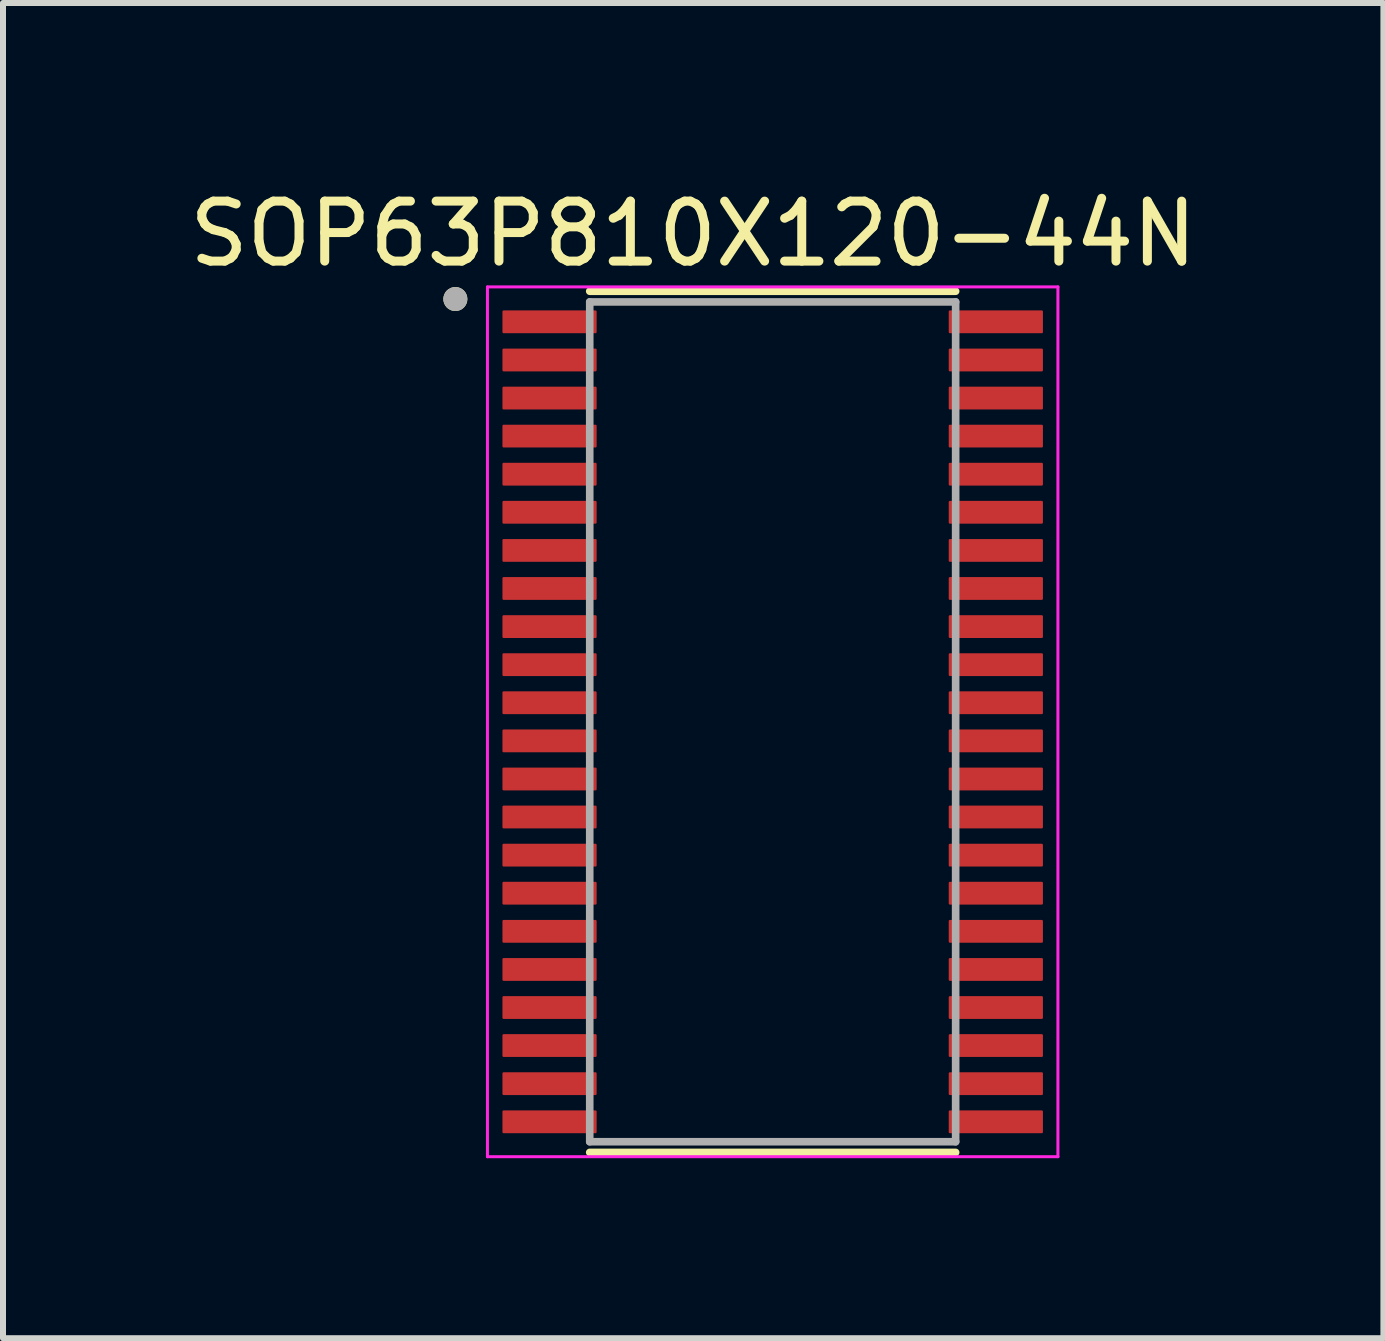
<source format=kicad_pcb>
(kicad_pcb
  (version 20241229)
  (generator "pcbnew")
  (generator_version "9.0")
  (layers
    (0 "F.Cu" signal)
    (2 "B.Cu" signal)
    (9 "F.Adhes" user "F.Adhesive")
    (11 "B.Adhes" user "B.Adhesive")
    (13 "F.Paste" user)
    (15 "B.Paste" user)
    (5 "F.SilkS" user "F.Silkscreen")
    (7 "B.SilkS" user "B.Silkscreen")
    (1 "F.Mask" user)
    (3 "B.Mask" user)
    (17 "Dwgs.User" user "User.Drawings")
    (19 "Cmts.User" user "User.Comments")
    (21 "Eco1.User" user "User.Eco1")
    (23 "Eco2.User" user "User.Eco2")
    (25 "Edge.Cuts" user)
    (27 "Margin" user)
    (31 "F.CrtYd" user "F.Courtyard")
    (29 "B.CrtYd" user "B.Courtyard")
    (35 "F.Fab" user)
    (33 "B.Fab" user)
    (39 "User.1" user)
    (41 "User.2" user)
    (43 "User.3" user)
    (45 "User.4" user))
  (footprint "SOP63P810X120-44N"
    (layer "F.Cu")
    (at 9.831 8.983)
    (property "Reference" "SOP63P810X120-44N" (at -1.325 -8.135 0) (layer "F.SilkS") (effects (font (size 1 1) (thickness 0.15))))
    (attr through_hole)
    (fp_line (start -3.05 -7.178) (end 3.05 -7.178) (stroke (width 0.127) (type solid)) (layer "F.SilkS"))
    (fp_line (start -3.05 7.178) (end 3.05 7.178) (stroke (width 0.127) (type solid)) (layer "F.SilkS"))
    (fp_circle (center -5.29 -7.048) (end -5.19 -7.048) (stroke (width 0.2) (type solid)) (fill no) (layer "F.SilkS"))
    (fp_line (start -4.755 -7.25) (end -4.755 7.25) (stroke (width 0.05) (type solid)) (layer "F.CrtYd"))
    (fp_line (start -4.755 -7.25) (end 4.755 -7.25) (stroke (width 0.05) (type solid)) (layer "F.CrtYd"))
    (fp_line (start -4.755 7.25) (end 4.755 7.25) (stroke (width 0.05) (type solid)) (layer "F.CrtYd"))
    (fp_line (start 4.755 -7.25) (end 4.755 7.25) (stroke (width 0.05) (type solid)) (layer "F.CrtYd"))
    (fp_line (start -3.05 -7) (end -3.05 7) (stroke (width 0.127) (type solid)) (layer "F.Fab"))
    (fp_line (start -3.05 -7) (end 3.05 -7) (stroke (width 0.127) (type solid)) (layer "F.Fab"))
    (fp_line (start -3.05 7) (end 3.05 7) (stroke (width 0.127) (type solid)) (layer "F.Fab"))
    (fp_line (start 3.05 -7) (end 3.05 7) (stroke (width 0.127) (type solid)) (layer "F.Fab"))
    (fp_circle (center -5.29 -7.048) (end -5.19 -7.048) (stroke (width 0.2) (type solid)) (fill no) (layer "F.Fab"))
    (pad "1" smd roundrect (at -3.72 -6.668) (size 1.57 0.38) (layers "F.Cu" "F.Mask" "F.Paste") (roundrect_rratio 0.05))
    (pad "2" smd roundrect (at -3.72 -6.032) (size 1.57 0.38) (layers "F.Cu" "F.Mask" "F.Paste") (roundrect_rratio 0.05))
    (pad "3" smd roundrect (at -3.72 -5.397) (size 1.57 0.38) (layers "F.Cu" "F.Mask" "F.Paste") (roundrect_rratio 0.05))
    (pad "4" smd roundrect (at -3.72 -4.763) (size 1.57 0.38) (layers "F.Cu" "F.Mask" "F.Paste") (roundrect_rratio 0.05))
    (pad "5" smd roundrect (at -3.72 -4.128) (size 1.57 0.38) (layers "F.Cu" "F.Mask" "F.Paste") (roundrect_rratio 0.05))
    (pad "6" smd roundrect (at -3.72 -3.493) (size 1.57 0.38) (layers "F.Cu" "F.Mask" "F.Paste") (roundrect_rratio 0.05))
    (pad "7" smd roundrect (at -3.72 -2.857) (size 1.57 0.38) (layers "F.Cu" "F.Mask" "F.Paste") (roundrect_rratio 0.05))
    (pad "8" smd roundrect (at -3.72 -2.223) (size 1.57 0.38) (layers "F.Cu" "F.Mask" "F.Paste") (roundrect_rratio 0.05))
    (pad "9" smd roundrect (at -3.72 -1.587) (size 1.57 0.38) (layers "F.Cu" "F.Mask" "F.Paste") (roundrect_rratio 0.05))
    (pad "10" smd roundrect (at -3.72 -0.953) (size 1.57 0.38) (layers "F.Cu" "F.Mask" "F.Paste") (roundrect_rratio 0.05))
    (pad "11" smd roundrect (at -3.72 -0.318) (size 1.57 0.38) (layers "F.Cu" "F.Mask" "F.Paste") (roundrect_rratio 0.05))
    (pad "12" smd roundrect (at -3.72 0.318) (size 1.57 0.38) (layers "F.Cu" "F.Mask" "F.Paste") (roundrect_rratio 0.05))
    (pad "13" smd roundrect (at -3.72 0.953) (size 1.57 0.38) (layers "F.Cu" "F.Mask" "F.Paste") (roundrect_rratio 0.05))
    (pad "14" smd roundrect (at -3.72 1.587) (size 1.57 0.38) (layers "F.Cu" "F.Mask" "F.Paste") (roundrect_rratio 0.05))
    (pad "15" smd roundrect (at -3.72 2.223) (size 1.57 0.38) (layers "F.Cu" "F.Mask" "F.Paste") (roundrect_rratio 0.05))
    (pad "16" smd roundrect (at -3.72 2.857) (size 1.57 0.38) (layers "F.Cu" "F.Mask" "F.Paste") (roundrect_rratio 0.05))
    (pad "17" smd roundrect (at -3.72 3.493) (size 1.57 0.38) (layers "F.Cu" "F.Mask" "F.Paste") (roundrect_rratio 0.05))
    (pad "18" smd roundrect (at -3.72 4.128) (size 1.57 0.38) (layers "F.Cu" "F.Mask" "F.Paste") (roundrect_rratio 0.05))
    (pad "19" smd roundrect (at -3.72 4.763) (size 1.57 0.38) (layers "F.Cu" "F.Mask" "F.Paste") (roundrect_rratio 0.05))
    (pad "20" smd roundrect (at -3.72 5.397) (size 1.57 0.38) (layers "F.Cu" "F.Mask" "F.Paste") (roundrect_rratio 0.05))
    (pad "21" smd roundrect (at -3.72 6.032) (size 1.57 0.38) (layers "F.Cu" "F.Mask" "F.Paste") (roundrect_rratio 0.05))
    (pad "22" smd roundrect (at -3.72 6.668) (size 1.57 0.38) (layers "F.Cu" "F.Mask" "F.Paste") (roundrect_rratio 0.05))
    (pad "23" smd roundrect (at 3.72 6.668) (size 1.57 0.38) (layers "F.Cu" "F.Mask" "F.Paste") (roundrect_rratio 0.05))
    (pad "24" smd roundrect (at 3.72 6.032) (size 1.57 0.38) (layers "F.Cu" "F.Mask" "F.Paste") (roundrect_rratio 0.05))
    (pad "25" smd roundrect (at 3.72 5.397) (size 1.57 0.38) (layers "F.Cu" "F.Mask" "F.Paste") (roundrect_rratio 0.05))
    (pad "26" smd roundrect (at 3.72 4.763) (size 1.57 0.38) (layers "F.Cu" "F.Mask" "F.Paste") (roundrect_rratio 0.05))
    (pad "27" smd roundrect (at 3.72 4.128) (size 1.57 0.38) (layers "F.Cu" "F.Mask" "F.Paste") (roundrect_rratio 0.05))
    (pad "28" smd roundrect (at 3.72 3.493) (size 1.57 0.38) (layers "F.Cu" "F.Mask" "F.Paste") (roundrect_rratio 0.05))
    (pad "29" smd roundrect (at 3.72 2.857) (size 1.57 0.38) (layers "F.Cu" "F.Mask" "F.Paste") (roundrect_rratio 0.05))
    (pad "30" smd roundrect (at 3.72 2.223) (size 1.57 0.38) (layers "F.Cu" "F.Mask" "F.Paste") (roundrect_rratio 0.05))
    (pad "31" smd roundrect (at 3.72 1.587) (size 1.57 0.38) (layers "F.Cu" "F.Mask" "F.Paste") (roundrect_rratio 0.05))
    (pad "32" smd roundrect (at 3.72 0.953) (size 1.57 0.38) (layers "F.Cu" "F.Mask" "F.Paste") (roundrect_rratio 0.05))
    (pad "33" smd roundrect (at 3.72 0.318) (size 1.57 0.38) (layers "F.Cu" "F.Mask" "F.Paste") (roundrect_rratio 0.05))
    (pad "34" smd roundrect (at 3.72 -0.318) (size 1.57 0.38) (layers "F.Cu" "F.Mask" "F.Paste") (roundrect_rratio 0.05))
    (pad "35" smd roundrect (at 3.72 -0.953) (size 1.57 0.38) (layers "F.Cu" "F.Mask" "F.Paste") (roundrect_rratio 0.05))
    (pad "36" smd roundrect (at 3.72 -1.587) (size 1.57 0.38) (layers "F.Cu" "F.Mask" "F.Paste") (roundrect_rratio 0.05))
    (pad "37" smd roundrect (at 3.72 -2.223) (size 1.57 0.38) (layers "F.Cu" "F.Mask" "F.Paste") (roundrect_rratio 0.05))
    (pad "38" smd roundrect (at 3.72 -2.857) (size 1.57 0.38) (layers "F.Cu" "F.Mask" "F.Paste") (roundrect_rratio 0.05))
    (pad "39" smd roundrect (at 3.72 -3.493) (size 1.57 0.38) (layers "F.Cu" "F.Mask" "F.Paste") (roundrect_rratio 0.05))
    (pad "40" smd roundrect (at 3.72 -4.128) (size 1.57 0.38) (layers "F.Cu" "F.Mask" "F.Paste") (roundrect_rratio 0.05))
    (pad "41" smd roundrect (at 3.72 -4.763) (size 1.57 0.38) (layers "F.Cu" "F.Mask" "F.Paste") (roundrect_rratio 0.05))
    (pad "42" smd roundrect (at 3.72 -5.397) (size 1.57 0.38) (layers "F.Cu" "F.Mask" "F.Paste") (roundrect_rratio 0.05))
    (pad "43" smd roundrect (at 3.72 -6.032) (size 1.57 0.38) (layers "F.Cu" "F.Mask" "F.Paste") (roundrect_rratio 0.05))
    (pad "44" smd roundrect (at 3.72 -6.668) (size 1.57 0.38) (layers "F.Cu" "F.Mask" "F.Paste") (roundrect_rratio 0.05)))
  (gr_rect
    (start -3 -3)
    (end 20.012 19.258)
    (stroke (width 0.1) (type default))
    (fill no)
    (layer "Edge.Cuts")))
</source>
